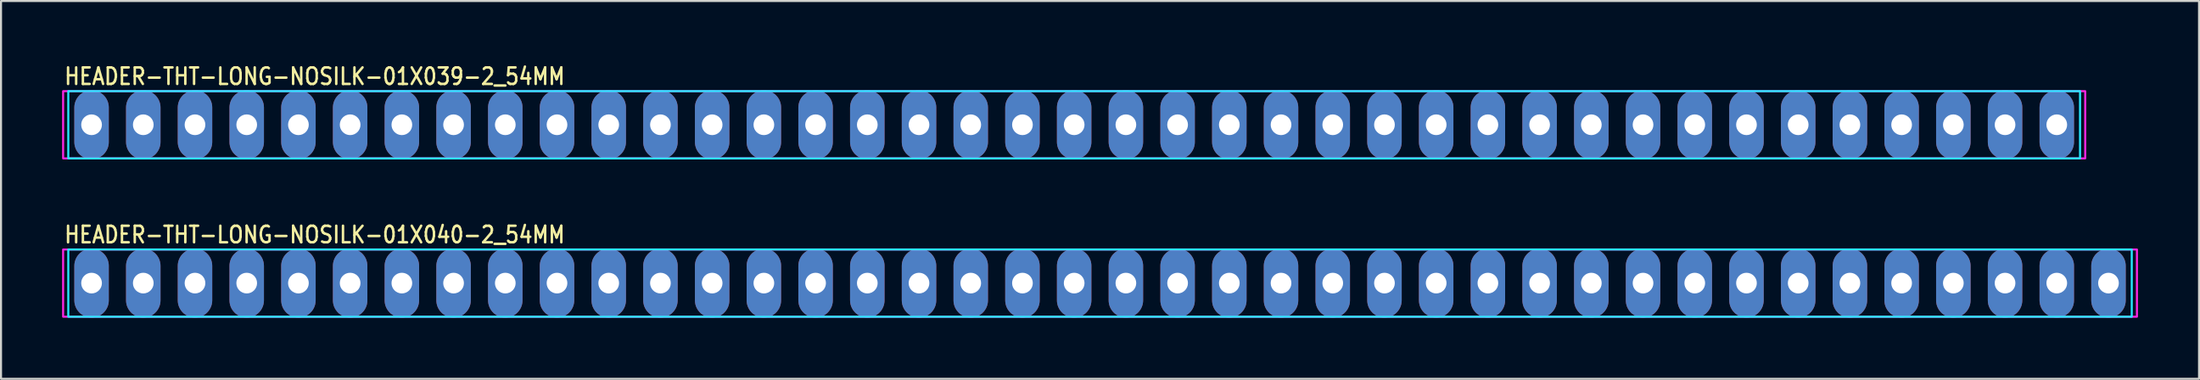
<source format=kicad_pcb>
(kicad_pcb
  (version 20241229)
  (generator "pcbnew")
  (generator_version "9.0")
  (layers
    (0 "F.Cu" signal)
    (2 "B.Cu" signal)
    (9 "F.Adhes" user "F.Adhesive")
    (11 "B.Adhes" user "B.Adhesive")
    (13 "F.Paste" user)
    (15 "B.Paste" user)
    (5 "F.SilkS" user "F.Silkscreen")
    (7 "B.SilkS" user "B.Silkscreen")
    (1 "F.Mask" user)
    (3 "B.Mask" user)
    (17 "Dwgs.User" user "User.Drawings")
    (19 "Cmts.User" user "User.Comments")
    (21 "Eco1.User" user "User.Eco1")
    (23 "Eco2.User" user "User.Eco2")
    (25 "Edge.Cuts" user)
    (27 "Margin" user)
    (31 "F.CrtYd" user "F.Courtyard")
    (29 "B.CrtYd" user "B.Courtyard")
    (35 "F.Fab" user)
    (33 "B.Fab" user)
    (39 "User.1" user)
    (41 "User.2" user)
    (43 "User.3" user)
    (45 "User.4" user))
  (footprint "HEADER-THT-LONG-NOSILK-01X040-2_54MM"
    (layer "F.Cu")
    (at 1.447 10.858)
    (property "Reference" "HEADER-THT-LONG-NOSILK-01X040-2_54MM" (at -1.4 -1.9 0) (unlocked yes) (layer "F.SilkS") (effects (font (size 0.813 0.695) (thickness 0.122)) (justify left bottom)))
    (fp_poly (pts (xy -1.143 -1.651) (xy 100.203 -1.651) (xy 100.203 1.651) (xy -1.143 1.651)) (stroke (width 0.1) (type solid)) (fill no) (layer "B.CrtYd"))
    (fp_poly (pts (xy -1.397 -1.651) (xy 100.457 -1.651) (xy 100.457 1.651) (xy -1.397 1.651)) (stroke (width 0.1) (type solid)) (fill no) (layer "F.CrtYd"))
    (pad "1" thru_hole oval (at 0 0 90) (size 3.387 1.693) (drill 1.016) (layers "*.Cu" "*.Mask"))
    (pad "2" thru_hole oval (at 2.54 0 90) (size 3.387 1.693) (drill 1.016) (layers "*.Cu" "*.Mask"))
    (pad "3" thru_hole oval (at 5.08 0 90) (size 3.387 1.693) (drill 1.016) (layers "*.Cu" "*.Mask"))
    (pad "4" thru_hole oval (at 7.62 0 90) (size 3.387 1.693) (drill 1.016) (layers "*.Cu" "*.Mask"))
    (pad "5" thru_hole oval (at 10.16 0 90) (size 3.387 1.693) (drill 1.016) (layers "*.Cu" "*.Mask"))
    (pad "6" thru_hole oval (at 12.7 0 90) (size 3.387 1.693) (drill 1.016) (layers "*.Cu" "*.Mask"))
    (pad "7" thru_hole oval (at 15.24 0 90) (size 3.387 1.693) (drill 1.016) (layers "*.Cu" "*.Mask"))
    (pad "8" thru_hole oval (at 17.78 0 90) (size 3.387 1.693) (drill 1.016) (layers "*.Cu" "*.Mask"))
    (pad "9" thru_hole oval (at 20.32 0 90) (size 3.387 1.693) (drill 1.016) (layers "*.Cu" "*.Mask"))
    (pad "10" thru_hole oval (at 22.86 0 90) (size 3.387 1.693) (drill 1.016) (layers "*.Cu" "*.Mask"))
    (pad "11" thru_hole oval (at 25.4 0 90) (size 3.387 1.693) (drill 1.016) (layers "*.Cu" "*.Mask"))
    (pad "12" thru_hole oval (at 27.94 0 90) (size 3.387 1.693) (drill 1.016) (layers "*.Cu" "*.Mask"))
    (pad "13" thru_hole oval (at 30.48 0 90) (size 3.387 1.693) (drill 1.016) (layers "*.Cu" "*.Mask"))
    (pad "14" thru_hole oval (at 33.02 0 90) (size 3.387 1.693) (drill 1.016) (layers "*.Cu" "*.Mask"))
    (pad "15" thru_hole oval (at 35.56 0 90) (size 3.387 1.693) (drill 1.016) (layers "*.Cu" "*.Mask"))
    (pad "16" thru_hole oval (at 38.1 0 90) (size 3.387 1.693) (drill 1.016) (layers "*.Cu" "*.Mask"))
    (pad "17" thru_hole oval (at 40.64 0 90) (size 3.387 1.693) (drill 1.016) (layers "*.Cu" "*.Mask"))
    (pad "18" thru_hole oval (at 43.18 0 90) (size 3.387 1.693) (drill 1.016) (layers "*.Cu" "*.Mask"))
    (pad "19" thru_hole oval (at 45.72 0 90) (size 3.387 1.693) (drill 1.016) (layers "*.Cu" "*.Mask"))
    (pad "20" thru_hole oval (at 48.26 0 90) (size 3.387 1.693) (drill 1.016) (layers "*.Cu" "*.Mask"))
    (pad "21" thru_hole oval (at 50.8 0 90) (size 3.387 1.693) (drill 1.016) (layers "*.Cu" "*.Mask"))
    (pad "22" thru_hole oval (at 53.34 0 90) (size 3.387 1.693) (drill 1.016) (layers "*.Cu" "*.Mask"))
    (pad "23" thru_hole oval (at 55.88 0 90) (size 3.387 1.693) (drill 1.016) (layers "*.Cu" "*.Mask"))
    (pad "24" thru_hole oval (at 58.42 0 90) (size 3.387 1.693) (drill 1.016) (layers "*.Cu" "*.Mask"))
    (pad "25" thru_hole oval (at 60.96 0 90) (size 3.387 1.693) (drill 1.016) (layers "*.Cu" "*.Mask"))
    (pad "26" thru_hole oval (at 63.5 0 90) (size 3.387 1.693) (drill 1.016) (layers "*.Cu" "*.Mask"))
    (pad "27" thru_hole oval (at 66.04 0 90) (size 3.387 1.693) (drill 1.016) (layers "*.Cu" "*.Mask"))
    (pad "28" thru_hole oval (at 68.58 0 90) (size 3.387 1.693) (drill 1.016) (layers "*.Cu" "*.Mask"))
    (pad "29" thru_hole oval (at 71.12 0 90) (size 3.387 1.693) (drill 1.016) (layers "*.Cu" "*.Mask"))
    (pad "30" thru_hole oval (at 73.66 0 90) (size 3.387 1.693) (drill 1.016) (layers "*.Cu" "*.Mask"))
    (pad "31" thru_hole oval (at 76.2 0 90) (size 3.387 1.693) (drill 1.016) (layers "*.Cu" "*.Mask"))
    (pad "32" thru_hole oval (at 78.74 0 90) (size 3.387 1.693) (drill 1.016) (layers "*.Cu" "*.Mask"))
    (pad "33" thru_hole oval (at 81.28 0 90) (size 3.387 1.693) (drill 1.016) (layers "*.Cu" "*.Mask"))
    (pad "34" thru_hole oval (at 83.82 0 90) (size 3.387 1.693) (drill 1.016) (layers "*.Cu" "*.Mask"))
    (pad "35" thru_hole oval (at 86.36 0 90) (size 3.387 1.693) (drill 1.016) (layers "*.Cu" "*.Mask"))
    (pad "36" thru_hole oval (at 88.9 0 90) (size 3.387 1.693) (drill 1.016) (layers "*.Cu" "*.Mask"))
    (pad "37" thru_hole oval (at 91.44 0 90) (size 3.387 1.693) (drill 1.016) (layers "*.Cu" "*.Mask"))
    (pad "38" thru_hole oval (at 93.98 0 90) (size 3.387 1.693) (drill 1.016) (layers "*.Cu" "*.Mask"))
    (pad "39" thru_hole oval (at 96.52 0 90) (size 3.387 1.693) (drill 1.016) (layers "*.Cu" "*.Mask"))
    (pad "40" thru_hole oval (at 99.06 0 90) (size 3.387 1.693) (drill 1.016) (layers "*.Cu" "*.Mask")))
  (footprint "HEADER-THT-LONG-NOSILK-01X039-2_54MM"
    (layer "F.Cu")
    (at 1.447 3.079)
    (property "Reference" "HEADER-THT-LONG-NOSILK-01X039-2_54MM" (at -1.4 -1.9 0) (unlocked yes) (layer "F.SilkS") (effects (font (size 0.813 0.695) (thickness 0.122)) (justify left bottom)))
    (fp_poly (pts (xy -1.143 -1.651) (xy 97.663 -1.651) (xy 97.663 1.651) (xy -1.143 1.651)) (stroke (width 0.1) (type solid)) (fill no) (layer "B.CrtYd"))
    (fp_poly (pts (xy -1.397 -1.651) (xy 97.917 -1.651) (xy 97.917 1.651) (xy -1.397 1.651)) (stroke (width 0.1) (type solid)) (fill no) (layer "F.CrtYd"))
    (pad "1" thru_hole oval (at 0 0 90) (size 3.387 1.693) (drill 1.016) (layers "*.Cu" "*.Mask"))
    (pad "2" thru_hole oval (at 2.54 0 90) (size 3.387 1.693) (drill 1.016) (layers "*.Cu" "*.Mask"))
    (pad "3" thru_hole oval (at 5.08 0 90) (size 3.387 1.693) (drill 1.016) (layers "*.Cu" "*.Mask"))
    (pad "4" thru_hole oval (at 7.62 0 90) (size 3.387 1.693) (drill 1.016) (layers "*.Cu" "*.Mask"))
    (pad "5" thru_hole oval (at 10.16 0 90) (size 3.387 1.693) (drill 1.016) (layers "*.Cu" "*.Mask"))
    (pad "6" thru_hole oval (at 12.7 0 90) (size 3.387 1.693) (drill 1.016) (layers "*.Cu" "*.Mask"))
    (pad "7" thru_hole oval (at 15.24 0 90) (size 3.387 1.693) (drill 1.016) (layers "*.Cu" "*.Mask"))
    (pad "8" thru_hole oval (at 17.78 0 90) (size 3.387 1.693) (drill 1.016) (layers "*.Cu" "*.Mask"))
    (pad "9" thru_hole oval (at 20.32 0 90) (size 3.387 1.693) (drill 1.016) (layers "*.Cu" "*.Mask"))
    (pad "10" thru_hole oval (at 22.86 0 90) (size 3.387 1.693) (drill 1.016) (layers "*.Cu" "*.Mask"))
    (pad "11" thru_hole oval (at 25.4 0 90) (size 3.387 1.693) (drill 1.016) (layers "*.Cu" "*.Mask"))
    (pad "12" thru_hole oval (at 27.94 0 90) (size 3.387 1.693) (drill 1.016) (layers "*.Cu" "*.Mask"))
    (pad "13" thru_hole oval (at 30.48 0 90) (size 3.387 1.693) (drill 1.016) (layers "*.Cu" "*.Mask"))
    (pad "14" thru_hole oval (at 33.02 0 90) (size 3.387 1.693) (drill 1.016) (layers "*.Cu" "*.Mask"))
    (pad "15" thru_hole oval (at 35.56 0 90) (size 3.387 1.693) (drill 1.016) (layers "*.Cu" "*.Mask"))
    (pad "16" thru_hole oval (at 38.1 0 90) (size 3.387 1.693) (drill 1.016) (layers "*.Cu" "*.Mask"))
    (pad "17" thru_hole oval (at 40.64 0 90) (size 3.387 1.693) (drill 1.016) (layers "*.Cu" "*.Mask"))
    (pad "18" thru_hole oval (at 43.18 0 90) (size 3.387 1.693) (drill 1.016) (layers "*.Cu" "*.Mask"))
    (pad "19" thru_hole oval (at 45.72 0 90) (size 3.387 1.693) (drill 1.016) (layers "*.Cu" "*.Mask"))
    (pad "20" thru_hole oval (at 48.26 0 90) (size 3.387 1.693) (drill 1.016) (layers "*.Cu" "*.Mask"))
    (pad "21" thru_hole oval (at 50.8 0 90) (size 3.387 1.693) (drill 1.016) (layers "*.Cu" "*.Mask"))
    (pad "22" thru_hole oval (at 53.34 0 90) (size 3.387 1.693) (drill 1.016) (layers "*.Cu" "*.Mask"))
    (pad "23" thru_hole oval (at 55.88 0 90) (size 3.387 1.693) (drill 1.016) (layers "*.Cu" "*.Mask"))
    (pad "24" thru_hole oval (at 58.42 0 90) (size 3.387 1.693) (drill 1.016) (layers "*.Cu" "*.Mask"))
    (pad "25" thru_hole oval (at 60.96 0 90) (size 3.387 1.693) (drill 1.016) (layers "*.Cu" "*.Mask"))
    (pad "26" thru_hole oval (at 63.5 0 90) (size 3.387 1.693) (drill 1.016) (layers "*.Cu" "*.Mask"))
    (pad "27" thru_hole oval (at 66.04 0 90) (size 3.387 1.693) (drill 1.016) (layers "*.Cu" "*.Mask"))
    (pad "28" thru_hole oval (at 68.58 0 90) (size 3.387 1.693) (drill 1.016) (layers "*.Cu" "*.Mask"))
    (pad "29" thru_hole oval (at 71.12 0 90) (size 3.387 1.693) (drill 1.016) (layers "*.Cu" "*.Mask"))
    (pad "30" thru_hole oval (at 73.66 0 90) (size 3.387 1.693) (drill 1.016) (layers "*.Cu" "*.Mask"))
    (pad "31" thru_hole oval (at 76.2 0 90) (size 3.387 1.693) (drill 1.016) (layers "*.Cu" "*.Mask"))
    (pad "32" thru_hole oval (at 78.74 0 90) (size 3.387 1.693) (drill 1.016) (layers "*.Cu" "*.Mask"))
    (pad "33" thru_hole oval (at 81.28 0 90) (size 3.387 1.693) (drill 1.016) (layers "*.Cu" "*.Mask"))
    (pad "34" thru_hole oval (at 83.82 0 90) (size 3.387 1.693) (drill 1.016) (layers "*.Cu" "*.Mask"))
    (pad "35" thru_hole oval (at 86.36 0 90) (size 3.387 1.693) (drill 1.016) (layers "*.Cu" "*.Mask"))
    (pad "36" thru_hole oval (at 88.9 0 90) (size 3.387 1.693) (drill 1.016) (layers "*.Cu" "*.Mask"))
    (pad "37" thru_hole oval (at 91.44 0 90) (size 3.387 1.693) (drill 1.016) (layers "*.Cu" "*.Mask"))
    (pad "38" thru_hole oval (at 93.98 0 90) (size 3.387 1.693) (drill 1.016) (layers "*.Cu" "*.Mask"))
    (pad "39" thru_hole oval (at 96.52 0 90) (size 3.387 1.693) (drill 1.016) (layers "*.Cu" "*.Mask")))
  (gr_rect
    (start -3 -3)
    (end 104.954 15.559)
    (stroke (width 0.1) (type default))
    (fill no)
    (layer "Edge.Cuts")))
</source>
